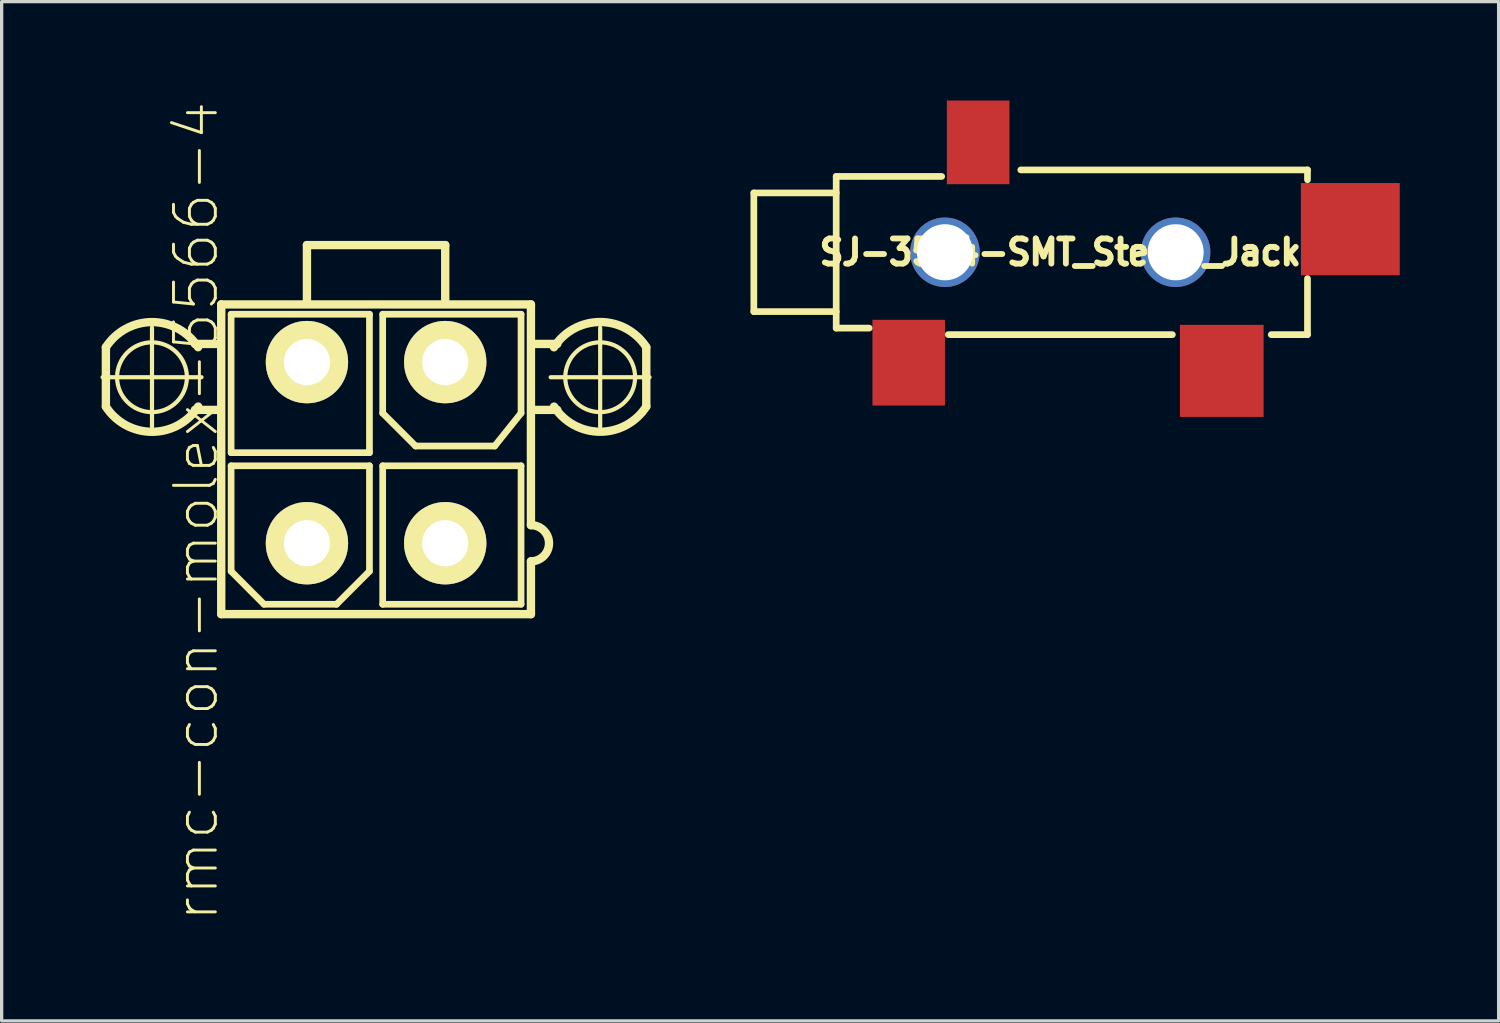
<source format=kicad_pcb>
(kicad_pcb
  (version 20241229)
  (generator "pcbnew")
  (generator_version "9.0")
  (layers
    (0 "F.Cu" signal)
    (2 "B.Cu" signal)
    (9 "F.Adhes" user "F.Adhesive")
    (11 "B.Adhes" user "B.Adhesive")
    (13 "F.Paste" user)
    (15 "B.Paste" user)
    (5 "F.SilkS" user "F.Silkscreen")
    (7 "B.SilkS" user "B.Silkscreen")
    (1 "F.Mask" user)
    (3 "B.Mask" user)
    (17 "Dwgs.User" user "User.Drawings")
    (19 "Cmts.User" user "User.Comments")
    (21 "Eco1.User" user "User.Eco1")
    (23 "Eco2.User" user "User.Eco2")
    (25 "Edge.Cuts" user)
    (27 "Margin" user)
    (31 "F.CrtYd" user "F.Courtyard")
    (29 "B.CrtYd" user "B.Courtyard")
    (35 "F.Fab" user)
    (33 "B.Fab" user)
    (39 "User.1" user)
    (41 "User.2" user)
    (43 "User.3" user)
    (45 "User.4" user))
  (footprint "rmc-con-molex-5566-4"
    (layer "F.Cu")
    (at 8.362 10.686)
    (property "Reference" "rmc-con-molex-5566-4" (at -5.461 1.778 90) (layer "F.SilkS") (effects (font (size 1.27 1.27) (thickness 0.089))))
    (attr exclude_from_pos_files exclude_from_bom)
    (fp_line (start -8.298 -2.289) (end -5.298 -2.289) (stroke (width 0.127) (type solid)) (layer "F.SilkS"))
    (fp_line (start -8.199 -3.198) (end -8.199 -1.4) (stroke (width 0.254) (type solid)) (layer "F.SilkS"))
    (fp_line (start -6.8 -0.79) (end -6.8 -3.79) (stroke (width 0.127) (type solid)) (layer "F.SilkS"))
    (fp_line (start -5.499 -3.299) (end -4.798 -3.299) (stroke (width 0.254) (type solid)) (layer "F.SilkS"))
    (fp_line (start -5.499 -1.298) (end -4.798 -1.298) (stroke (width 0.254) (type solid)) (layer "F.SilkS"))
    (fp_line (start -4.699 -4.498) (end 4.699 -4.498) (stroke (width 0.254) (type solid)) (layer "F.SilkS"))
    (fp_line (start -4.699 4.9) (end -4.699 -4.498) (stroke (width 0.254) (type solid)) (layer "F.SilkS"))
    (fp_line (start -4.399 -4.201) (end -0.201 -4.201) (stroke (width 0.203) (type solid)) (layer "F.SilkS"))
    (fp_line (start -4.399 0) (end -4.399 -4.201) (stroke (width 0.203) (type solid)) (layer "F.SilkS"))
    (fp_line (start -4.399 0.399) (end -0.201 0.399) (stroke (width 0.203) (type solid)) (layer "F.SilkS"))
    (fp_line (start -4.399 3.599) (end -4.399 0.399) (stroke (width 0.203) (type solid)) (layer "F.SilkS"))
    (fp_line (start -3.401 4.6) (end -4.399 3.599) (stroke (width 0.203) (type solid)) (layer "F.SilkS"))
    (fp_line (start -2.098 -6.299) (end -2.098 -4.6) (stroke (width 0.254) (type solid)) (layer "F.SilkS"))
    (fp_line (start -2.098 -6.299) (end 2.098 -6.299) (stroke (width 0.254) (type solid)) (layer "F.SilkS"))
    (fp_line (start -1.199 4.6) (end -3.401 4.6) (stroke (width 0.203) (type solid)) (layer "F.SilkS"))
    (fp_line (start -0.201 -4.201) (end -0.201 0) (stroke (width 0.203) (type solid)) (layer "F.SilkS"))
    (fp_line (start -0.201 0) (end -4.399 0) (stroke (width 0.203) (type solid)) (layer "F.SilkS"))
    (fp_line (start -0.201 0.399) (end -0.201 3.599) (stroke (width 0.203) (type solid)) (layer "F.SilkS"))
    (fp_line (start -0.201 3.599) (end -1.199 4.6) (stroke (width 0.203) (type solid)) (layer "F.SilkS"))
    (fp_line (start 0.201 -4.201) (end 4.399 -4.201) (stroke (width 0.203) (type solid)) (layer "F.SilkS"))
    (fp_line (start 0.201 -1.199) (end 0.201 -4.201) (stroke (width 0.203) (type solid)) (layer "F.SilkS"))
    (fp_line (start 0.201 0.399) (end 4.399 0.399) (stroke (width 0.203) (type solid)) (layer "F.SilkS"))
    (fp_line (start 0.201 4.6) (end 0.201 0.399) (stroke (width 0.203) (type solid)) (layer "F.SilkS"))
    (fp_line (start 1.199 -0.201) (end 0.201 -1.199) (stroke (width 0.203) (type solid)) (layer "F.SilkS"))
    (fp_line (start 2.098 -6.299) (end 2.098 -4.6) (stroke (width 0.254) (type solid)) (layer "F.SilkS"))
    (fp_line (start 3.599 -0.201) (end 1.199 -0.201) (stroke (width 0.203) (type solid)) (layer "F.SilkS"))
    (fp_line (start 3.599 -0.201) (end 4.399 -1.199) (stroke (width 0.203) (type solid)) (layer "F.SilkS"))
    (fp_line (start 4 -4.501) (end 0.5 -4.501) (stroke (width 0.203) (type solid)) (layer "F.SilkS"))
    (fp_line (start 4.399 -1.199) (end 4.399 -4.201) (stroke (width 0.203) (type solid)) (layer "F.SilkS"))
    (fp_line (start 4.399 0.399) (end 4.399 4.6) (stroke (width 0.203) (type solid)) (layer "F.SilkS"))
    (fp_line (start 4.399 4.6) (end 0.201 4.6) (stroke (width 0.203) (type solid)) (layer "F.SilkS"))
    (fp_line (start 4.699 -4.498) (end 4.699 2.2) (stroke (width 0.254) (type solid)) (layer "F.SilkS"))
    (fp_line (start 4.699 3.299) (end 4.699 4.9) (stroke (width 0.254) (type solid)) (layer "F.SilkS"))
    (fp_line (start 4.699 4.9) (end -4.699 4.9) (stroke (width 0.254) (type solid)) (layer "F.SilkS"))
    (fp_line (start 5.298 -2.289) (end 8.298 -2.289) (stroke (width 0.127) (type solid)) (layer "F.SilkS"))
    (fp_line (start 5.499 -3.299) (end 4.798 -3.299) (stroke (width 0.254) (type solid)) (layer "F.SilkS"))
    (fp_line (start 5.499 -1.298) (end 4.798 -1.298) (stroke (width 0.254) (type solid)) (layer "F.SilkS"))
    (fp_line (start 6.8 -0.79) (end 6.8 -3.79) (stroke (width 0.127) (type solid)) (layer "F.SilkS"))
    (fp_line (start 8.199 -1.4) (end 8.199 -3.198) (stroke (width 0.254) (type solid)) (layer "F.SilkS"))
    (fp_arc (start -8.19912 -3.19786) (mid -6.800467 -3.96219) (end -5.400999 -3.199352) (stroke (width 0.254) (type solid)) (layer "F.SilkS"))
    (fp_arc (start -5.3975 -1.39954) (mid -6.797319 -0.633073) (end -8.199214 -1.395737) (stroke (width 0.254) (type solid)) (layer "F.SilkS"))
    (fp_arc (start 4.699 2.19964) (mid 5.24764 2.74828) (end 4.699 3.29692) (stroke (width 0.254) (type solid)) (layer "F.SilkS"))
    (fp_arc (start 5.3975 -3.19786) (mid 6.797319 -3.964327) (end 8.199214 -3.201663) (stroke (width 0.254) (type solid)) (layer "F.SilkS"))
    (fp_arc (start 8.19912 -1.39954) (mid 6.800467 -0.63521) (end 5.400999 -1.398048) (stroke (width 0.254) (type solid)) (layer "F.SilkS"))
    (fp_circle (center -6.8 -2.289) (end -7.549 -3.038) (stroke (width 0.127) (type solid)) (fill no) (layer "F.SilkS"))
    (fp_circle (center 6.8 -2.289) (end 7.549 -3.038) (stroke (width 0.127) (type solid)) (fill no) (layer "F.SilkS"))
    (pad "1" thru_hole circle (at 2.098 2.748) (size 2.499 2.499) (drill 1.4) (layers "*.Cu" "*.Mask" "F.SilkS"))
    (pad "2" thru_hole circle (at -2.098 2.748) (size 2.499 2.499) (drill 1.4) (layers "*.Cu" "*.Mask" "F.SilkS"))
    (pad "3" thru_hole circle (at 2.098 -2.748) (size 2.499 2.499) (drill 1.4) (layers "*.Cu" "*.Mask" "F.SilkS"))
    (pad "4" thru_hole circle (at -2.098 -2.748) (size 2.499 2.499) (drill 1.4) (layers "*.Cu" "*.Mask" "F.SilkS")))
  (footprint "SJ-3524-SMT_Stereo_Jack"
    (layer "F.Cu")
    (at 29.124 4.605)
    (property "Reference" "SJ-3524-SMT_Stereo_Jack" (at 0 0 0) (layer "F.SilkS") (effects (font (size 0.762 0.711) (thickness 0.178))))
    (attr smd)
    (fp_line (start -9.299 -1.801) (end -9.299 1.801) (stroke (width 0.203) (type solid)) (layer "F.SilkS"))
    (fp_line (start -9.299 1.801) (end -6.8 1.801) (stroke (width 0.203) (type solid)) (layer "F.SilkS"))
    (fp_line (start -6.8 -2.301) (end -6.8 2.301) (stroke (width 0.203) (type solid)) (layer "F.SilkS"))
    (fp_line (start -6.8 -2.301) (end -3.599 -2.301) (stroke (width 0.203) (type solid)) (layer "F.SilkS"))
    (fp_line (start -6.8 -1.801) (end -9.299 -1.801) (stroke (width 0.203) (type solid)) (layer "F.SilkS"))
    (fp_line (start -6.8 2.301) (end -5.799 2.301) (stroke (width 0.203) (type solid)) (layer "F.SilkS"))
    (fp_line (start 3.401 2.499) (end -3.401 2.499) (stroke (width 0.203) (type solid)) (layer "F.SilkS"))
    (fp_line (start 7.501 -2.499) (end -1.199 -2.499) (stroke (width 0.203) (type solid)) (layer "F.SilkS"))
    (fp_line (start 7.501 -2.499) (end 7.501 -2.2) (stroke (width 0.203) (type solid)) (layer "F.SilkS"))
    (fp_line (start 7.501 0.8) (end 7.501 2.499) (stroke (width 0.203) (type solid)) (layer "F.SilkS"))
    (fp_line (start 7.501 2.499) (end 6.401 2.499) (stroke (width 0.203) (type solid)) (layer "F.SilkS"))
    (pad "1" smd rect (at -4.6 3.35) (size 2.2 2.601) (layers "F.Cu" "F.Mask" "F.Paste"))
    (pad "2" smd rect (at 4.9 3.599) (size 2.54 2.794) (layers "F.Cu" "F.Mask" "F.Paste"))
    (pad "3" smd rect (at -2.492 -3.335) (size 1.9 2.54) (layers "F.Cu" "F.Mask" "F.Paste"))
    (pad "4" smd rect (at 8.801 -0.701 90) (size 2.799 3) (layers "F.Cu" "F.Mask" "F.Paste"))
    (pad "5" thru_hole circle (at -3.5 0) (size 2.108 2.108) (drill 1.702) (layers "*.Cu" "*.Mask"))
    (pad "5" thru_hole circle (at 3.5 0) (size 2.108 2.108) (drill 1.702) (layers "*.Cu" "*.Mask")))
  (gr_rect
    (start -3 -3)
    (end 42.425 27.929)
    (stroke (width 0.1) (type default))
    (fill no)
    (layer "Edge.Cuts")))
</source>
